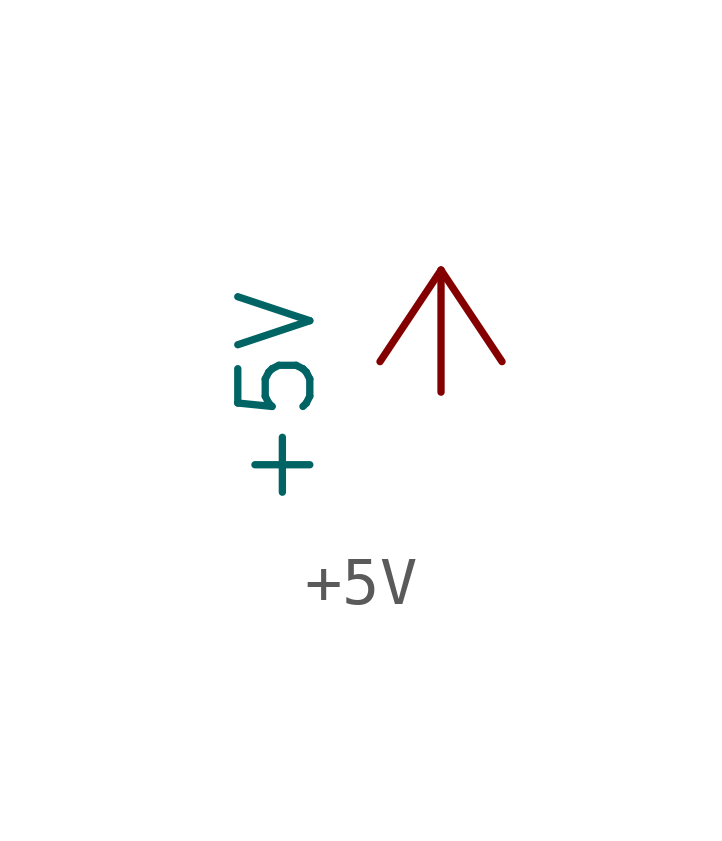
<source format=kicad_sym>
(kicad_symbol_lib
  (version 20211014)
  (generator kicad_symbol_editor)
  (symbol "+5V"
    (power)
    (pin_names
      (offset 1.016))
    (property "Reference" "#P+"
      (at 0 0 0)
      (effects (font (size 0.787 0.787)) hide))
    (property "Value" "+5V"
      (at -2.54 -5.08 90)
      (effects (font (size 1.499 1.499)) (justify left bottom)))
    (property "ki_locked" ""
      (at 0 0 0)
      (effects (font (size 1.27 1.27))))
    (symbol "+5V_1_0"
      (polyline (pts (xy 0 0) (xy -1.27 -1.905)) (stroke (width 0) (type default) (color 0 0 0 0)) (fill (type none)))
      (polyline (pts (xy 1.27 -1.905) (xy 0 0)) (stroke (width 0) (type default) (color 0 0 0 0)) (fill (type none)))
      (pin power_in line (at 0 -2.54 90) (length 2.54) (name "+5V" (effects (font (size 0 0)))) (number "1" (effects (font (size 0 0))))))))
</source>
